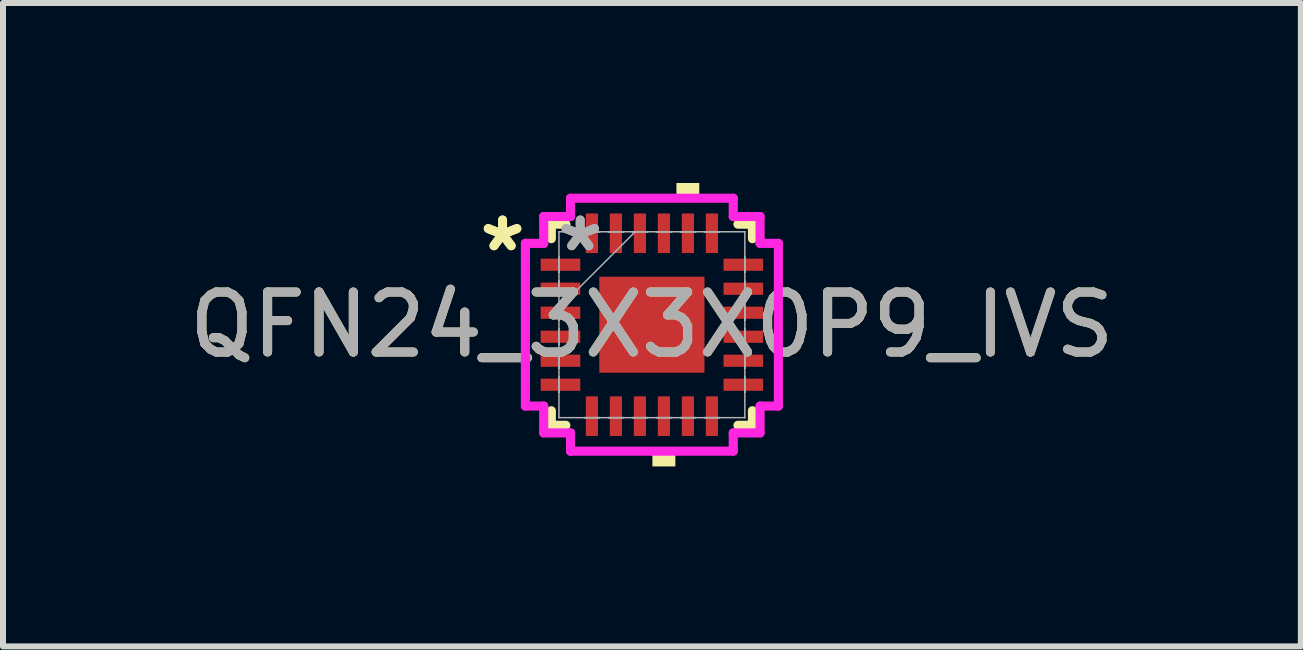
<source format=kicad_pcb>
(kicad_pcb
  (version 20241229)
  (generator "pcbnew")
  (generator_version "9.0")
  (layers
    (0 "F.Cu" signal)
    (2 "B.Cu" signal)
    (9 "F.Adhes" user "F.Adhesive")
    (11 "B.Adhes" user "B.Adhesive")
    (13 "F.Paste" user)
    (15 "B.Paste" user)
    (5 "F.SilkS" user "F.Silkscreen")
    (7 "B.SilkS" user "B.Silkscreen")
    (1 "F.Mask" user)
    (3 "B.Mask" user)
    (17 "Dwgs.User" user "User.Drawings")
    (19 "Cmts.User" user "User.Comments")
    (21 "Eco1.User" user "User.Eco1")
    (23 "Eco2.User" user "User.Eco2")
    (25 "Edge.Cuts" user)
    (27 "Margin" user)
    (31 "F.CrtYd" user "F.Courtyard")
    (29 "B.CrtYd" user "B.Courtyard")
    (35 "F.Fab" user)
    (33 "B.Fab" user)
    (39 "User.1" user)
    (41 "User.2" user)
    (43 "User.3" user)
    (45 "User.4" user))
  (footprint "QFN24_3X3X0P9_IVS"
    (layer "F.Cu")
    (at 7.815 2.362)
    (property "Reference" "QFN24_3X3X0P9_IVS" (at 0 0 0) (unlocked yes) (layer "F.SilkS") (effects (font (size 1 1) (thickness 0.15))))
    (attr smd)
    (fp_line (start -1.676 -1.676) (end -1.676 -1.434) (stroke (width 0.152) (type solid)) (layer "F.SilkS"))
    (fp_line (start -1.676 1.434) (end -1.676 1.676) (stroke (width 0.152) (type solid)) (layer "F.SilkS"))
    (fp_line (start -1.676 1.676) (end -1.434 1.676) (stroke (width 0.152) (type solid)) (layer "F.SilkS"))
    (fp_line (start -1.434 -1.676) (end -1.676 -1.676) (stroke (width 0.152) (type solid)) (layer "F.SilkS"))
    (fp_line (start 1.434 1.676) (end 1.676 1.676) (stroke (width 0.152) (type solid)) (layer "F.SilkS"))
    (fp_line (start 1.676 -1.676) (end 1.434 -1.676) (stroke (width 0.152) (type solid)) (layer "F.SilkS"))
    (fp_line (start 1.676 -1.434) (end 1.676 -1.676) (stroke (width 0.152) (type solid)) (layer "F.SilkS"))
    (fp_line (start 1.676 1.676) (end 1.676 1.434) (stroke (width 0.152) (type solid)) (layer "F.SilkS"))
    (fp_poly (pts (xy 0.009 2.108) (xy 0.009 2.362) (xy 0.391 2.362) (xy 0.391 2.108)) (stroke (width 0) (type solid)) (fill yes) (layer "F.SilkS"))
    (fp_poly (pts (xy 0.409 -2.108) (xy 0.409 -2.362) (xy 0.79 -2.362) (xy 0.79 -2.108)) (stroke (width 0) (type solid)) (fill yes) (layer "F.SilkS"))
    (fp_line (start -2.108 -1.356) (end -1.803 -1.356) (stroke (width 0.152) (type solid)) (layer "F.CrtYd"))
    (fp_line (start -2.108 1.356) (end -2.108 -1.356) (stroke (width 0.152) (type solid)) (layer "F.CrtYd"))
    (fp_line (start -1.803 -1.803) (end -1.356 -1.803) (stroke (width 0.152) (type solid)) (layer "F.CrtYd"))
    (fp_line (start -1.803 -1.356) (end -1.803 -1.803) (stroke (width 0.152) (type solid)) (layer "F.CrtYd"))
    (fp_line (start -1.803 1.356) (end -2.108 1.356) (stroke (width 0.152) (type solid)) (layer "F.CrtYd"))
    (fp_line (start -1.803 1.803) (end -1.803 1.356) (stroke (width 0.152) (type solid)) (layer "F.CrtYd"))
    (fp_line (start -1.356 -2.108) (end 1.356 -2.108) (stroke (width 0.152) (type solid)) (layer "F.CrtYd"))
    (fp_line (start -1.356 -1.803) (end -1.356 -2.108) (stroke (width 0.152) (type solid)) (layer "F.CrtYd"))
    (fp_line (start -1.356 1.803) (end -1.803 1.803) (stroke (width 0.152) (type solid)) (layer "F.CrtYd"))
    (fp_line (start -1.356 2.108) (end -1.356 1.803) (stroke (width 0.152) (type solid)) (layer "F.CrtYd"))
    (fp_line (start 1.356 -2.108) (end 1.356 -1.803) (stroke (width 0.152) (type solid)) (layer "F.CrtYd"))
    (fp_line (start 1.356 -1.803) (end 1.803 -1.803) (stroke (width 0.152) (type solid)) (layer "F.CrtYd"))
    (fp_line (start 1.356 1.803) (end 1.356 2.108) (stroke (width 0.152) (type solid)) (layer "F.CrtYd"))
    (fp_line (start 1.356 2.108) (end -1.356 2.108) (stroke (width 0.152) (type solid)) (layer "F.CrtYd"))
    (fp_line (start 1.803 -1.803) (end 1.803 -1.356) (stroke (width 0.152) (type solid)) (layer "F.CrtYd"))
    (fp_line (start 1.803 -1.356) (end 2.108 -1.356) (stroke (width 0.152) (type solid)) (layer "F.CrtYd"))
    (fp_line (start 1.803 1.356) (end 1.803 1.803) (stroke (width 0.152) (type solid)) (layer "F.CrtYd"))
    (fp_line (start 1.803 1.803) (end 1.356 1.803) (stroke (width 0.152) (type solid)) (layer "F.CrtYd"))
    (fp_line (start 2.108 -1.356) (end 2.108 1.356) (stroke (width 0.152) (type solid)) (layer "F.CrtYd"))
    (fp_line (start 2.108 1.356) (end 1.803 1.356) (stroke (width 0.152) (type solid)) (layer "F.CrtYd"))
    (fp_line (start -1.549 -1.549) (end -1.549 -1.549) (stroke (width 0.025) (type solid)) (layer "F.Fab"))
    (fp_line (start -1.549 -1.549) (end -1.549 1.549) (stroke (width 0.025) (type solid)) (layer "F.Fab"))
    (fp_line (start -1.549 -1.127) (end -1.549 -1.127) (stroke (width 0.025) (type solid)) (layer "F.Fab"))
    (fp_line (start -1.549 -1.127) (end -1.549 -0.873) (stroke (width 0.025) (type solid)) (layer "F.Fab"))
    (fp_line (start -1.549 -0.873) (end -1.549 -1.127) (stroke (width 0.025) (type solid)) (layer "F.Fab"))
    (fp_line (start -1.549 -0.873) (end -1.549 -0.873) (stroke (width 0.025) (type solid)) (layer "F.Fab"))
    (fp_line (start -1.549 -0.727) (end -1.549 -0.727) (stroke (width 0.025) (type solid)) (layer "F.Fab"))
    (fp_line (start -1.549 -0.727) (end -1.549 -0.473) (stroke (width 0.025) (type solid)) (layer "F.Fab"))
    (fp_line (start -1.549 -0.473) (end -1.549 -0.727) (stroke (width 0.025) (type solid)) (layer "F.Fab"))
    (fp_line (start -1.549 -0.473) (end -1.549 -0.473) (stroke (width 0.025) (type solid)) (layer "F.Fab"))
    (fp_line (start -1.549 -0.327) (end -1.549 -0.327) (stroke (width 0.025) (type solid)) (layer "F.Fab"))
    (fp_line (start -1.549 -0.327) (end -1.549 -0.073) (stroke (width 0.025) (type solid)) (layer "F.Fab"))
    (fp_line (start -1.549 -0.279) (end -0.279 -1.549) (stroke (width 0.025) (type solid)) (layer "F.Fab"))
    (fp_line (start -1.549 -0.073) (end -1.549 -0.327) (stroke (width 0.025) (type solid)) (layer "F.Fab"))
    (fp_line (start -1.549 -0.073) (end -1.549 -0.073) (stroke (width 0.025) (type solid)) (layer "F.Fab"))
    (fp_line (start -1.549 0.073) (end -1.549 0.073) (stroke (width 0.025) (type solid)) (layer "F.Fab"))
    (fp_line (start -1.549 0.073) (end -1.549 0.327) (stroke (width 0.025) (type solid)) (layer "F.Fab"))
    (fp_line (start -1.549 0.327) (end -1.549 0.073) (stroke (width 0.025) (type solid)) (layer "F.Fab"))
    (fp_line (start -1.549 0.327) (end -1.549 0.327) (stroke (width 0.025) (type solid)) (layer "F.Fab"))
    (fp_line (start -1.549 0.473) (end -1.549 0.473) (stroke (width 0.025) (type solid)) (layer "F.Fab"))
    (fp_line (start -1.549 0.473) (end -1.549 0.727) (stroke (width 0.025) (type solid)) (layer "F.Fab"))
    (fp_line (start -1.549 0.727) (end -1.549 0.473) (stroke (width 0.025) (type solid)) (layer "F.Fab"))
    (fp_line (start -1.549 0.727) (end -1.549 0.727) (stroke (width 0.025) (type solid)) (layer "F.Fab"))
    (fp_line (start -1.549 0.873) (end -1.549 0.873) (stroke (width 0.025) (type solid)) (layer "F.Fab"))
    (fp_line (start -1.549 0.873) (end -1.549 1.127) (stroke (width 0.025) (type solid)) (layer "F.Fab"))
    (fp_line (start -1.549 1.127) (end -1.549 0.873) (stroke (width 0.025) (type solid)) (layer "F.Fab"))
    (fp_line (start -1.549 1.127) (end -1.549 1.127) (stroke (width 0.025) (type solid)) (layer "F.Fab"))
    (fp_line (start -1.549 1.549) (end -1.549 1.549) (stroke (width 0.025) (type solid)) (layer "F.Fab"))
    (fp_line (start -1.549 1.549) (end 1.549 1.549) (stroke (width 0.025) (type solid)) (layer "F.Fab"))
    (fp_line (start -1.127 -1.549) (end -1.127 -1.549) (stroke (width 0.025) (type solid)) (layer "F.Fab"))
    (fp_line (start -1.127 -1.549) (end -0.873 -1.549) (stroke (width 0.025) (type solid)) (layer "F.Fab"))
    (fp_line (start -1.127 1.549) (end -1.127 1.549) (stroke (width 0.025) (type solid)) (layer "F.Fab"))
    (fp_line (start -1.127 1.549) (end -0.873 1.549) (stroke (width 0.025) (type solid)) (layer "F.Fab"))
    (fp_line (start -0.873 -1.549) (end -1.127 -1.549) (stroke (width 0.025) (type solid)) (layer "F.Fab"))
    (fp_line (start -0.873 -1.549) (end -0.873 -1.549) (stroke (width 0.025) (type solid)) (layer "F.Fab"))
    (fp_line (start -0.873 1.549) (end -1.127 1.549) (stroke (width 0.025) (type solid)) (layer "F.Fab"))
    (fp_line (start -0.873 1.549) (end -0.873 1.549) (stroke (width 0.025) (type solid)) (layer "F.Fab"))
    (fp_line (start -0.727 -1.549) (end -0.727 -1.549) (stroke (width 0.025) (type solid)) (layer "F.Fab"))
    (fp_line (start -0.727 -1.549) (end -0.473 -1.549) (stroke (width 0.025) (type solid)) (layer "F.Fab"))
    (fp_line (start -0.727 1.549) (end -0.727 1.549) (stroke (width 0.025) (type solid)) (layer "F.Fab"))
    (fp_line (start -0.727 1.549) (end -0.473 1.549) (stroke (width 0.025) (type solid)) (layer "F.Fab"))
    (fp_line (start -0.473 -1.549) (end -0.727 -1.549) (stroke (width 0.025) (type solid)) (layer "F.Fab"))
    (fp_line (start -0.473 -1.549) (end -0.473 -1.549) (stroke (width 0.025) (type solid)) (layer "F.Fab"))
    (fp_line (start -0.473 1.549) (end -0.727 1.549) (stroke (width 0.025) (type solid)) (layer "F.Fab"))
    (fp_line (start -0.473 1.549) (end -0.473 1.549) (stroke (width 0.025) (type solid)) (layer "F.Fab"))
    (fp_line (start -0.327 -1.549) (end -0.327 -1.549) (stroke (width 0.025) (type solid)) (layer "F.Fab"))
    (fp_line (start -0.327 -1.549) (end -0.073 -1.549) (stroke (width 0.025) (type solid)) (layer "F.Fab"))
    (fp_line (start -0.327 1.549) (end -0.327 1.549) (stroke (width 0.025) (type solid)) (layer "F.Fab"))
    (fp_line (start -0.327 1.549) (end -0.073 1.549) (stroke (width 0.025) (type solid)) (layer "F.Fab"))
    (fp_line (start -0.073 -1.549) (end -0.327 -1.549) (stroke (width 0.025) (type solid)) (layer "F.Fab"))
    (fp_line (start -0.073 -1.549) (end -0.073 -1.549) (stroke (width 0.025) (type solid)) (layer "F.Fab"))
    (fp_line (start -0.073 1.549) (end -0.327 1.549) (stroke (width 0.025) (type solid)) (layer "F.Fab"))
    (fp_line (start -0.073 1.549) (end -0.073 1.549) (stroke (width 0.025) (type solid)) (layer "F.Fab"))
    (fp_line (start 0.073 -1.549) (end 0.073 -1.549) (stroke (width 0.025) (type solid)) (layer "F.Fab"))
    (fp_line (start 0.073 -1.549) (end 0.327 -1.549) (stroke (width 0.025) (type solid)) (layer "F.Fab"))
    (fp_line (start 0.073 1.549) (end 0.073 1.549) (stroke (width 0.025) (type solid)) (layer "F.Fab"))
    (fp_line (start 0.073 1.549) (end 0.327 1.549) (stroke (width 0.025) (type solid)) (layer "F.Fab"))
    (fp_line (start 0.327 -1.549) (end 0.073 -1.549) (stroke (width 0.025) (type solid)) (layer "F.Fab"))
    (fp_line (start 0.327 -1.549) (end 0.327 -1.549) (stroke (width 0.025) (type solid)) (layer "F.Fab"))
    (fp_line (start 0.327 1.549) (end 0.073 1.549) (stroke (width 0.025) (type solid)) (layer "F.Fab"))
    (fp_line (start 0.327 1.549) (end 0.327 1.549) (stroke (width 0.025) (type solid)) (layer "F.Fab"))
    (fp_line (start 0.473 -1.549) (end 0.473 -1.549) (stroke (width 0.025) (type solid)) (layer "F.Fab"))
    (fp_line (start 0.473 -1.549) (end 0.727 -1.549) (stroke (width 0.025) (type solid)) (layer "F.Fab"))
    (fp_line (start 0.473 1.549) (end 0.473 1.549) (stroke (width 0.025) (type solid)) (layer "F.Fab"))
    (fp_line (start 0.473 1.549) (end 0.727 1.549) (stroke (width 0.025) (type solid)) (layer "F.Fab"))
    (fp_line (start 0.727 -1.549) (end 0.473 -1.549) (stroke (width 0.025) (type solid)) (layer "F.Fab"))
    (fp_line (start 0.727 -1.549) (end 0.727 -1.549) (stroke (width 0.025) (type solid)) (layer "F.Fab"))
    (fp_line (start 0.727 1.549) (end 0.473 1.549) (stroke (width 0.025) (type solid)) (layer "F.Fab"))
    (fp_line (start 0.727 1.549) (end 0.727 1.549) (stroke (width 0.025) (type solid)) (layer "F.Fab"))
    (fp_line (start 0.873 -1.549) (end 0.873 -1.549) (stroke (width 0.025) (type solid)) (layer "F.Fab"))
    (fp_line (start 0.873 -1.549) (end 1.127 -1.549) (stroke (width 0.025) (type solid)) (layer "F.Fab"))
    (fp_line (start 0.873 1.549) (end 0.873 1.549) (stroke (width 0.025) (type solid)) (layer "F.Fab"))
    (fp_line (start 0.873 1.549) (end 1.127 1.549) (stroke (width 0.025) (type solid)) (layer "F.Fab"))
    (fp_line (start 1.127 -1.549) (end 0.873 -1.549) (stroke (width 0.025) (type solid)) (layer "F.Fab"))
    (fp_line (start 1.127 -1.549) (end 1.127 -1.549) (stroke (width 0.025) (type solid)) (layer "F.Fab"))
    (fp_line (start 1.127 1.549) (end 0.873 1.549) (stroke (width 0.025) (type solid)) (layer "F.Fab"))
    (fp_line (start 1.127 1.549) (end 1.127 1.549) (stroke (width 0.025) (type solid)) (layer "F.Fab"))
    (fp_line (start 1.549 -1.549) (end -1.549 -1.549) (stroke (width 0.025) (type solid)) (layer "F.Fab"))
    (fp_line (start 1.549 -1.549) (end 1.549 -1.549) (stroke (width 0.025) (type solid)) (layer "F.Fab"))
    (fp_line (start 1.549 -1.127) (end 1.549 -1.127) (stroke (width 0.025) (type solid)) (layer "F.Fab"))
    (fp_line (start 1.549 -1.127) (end 1.549 -0.873) (stroke (width 0.025) (type solid)) (layer "F.Fab"))
    (fp_line (start 1.549 -0.873) (end 1.549 -1.127) (stroke (width 0.025) (type solid)) (layer "F.Fab"))
    (fp_line (start 1.549 -0.873) (end 1.549 -0.873) (stroke (width 0.025) (type solid)) (layer "F.Fab"))
    (fp_line (start 1.549 -0.727) (end 1.549 -0.727) (stroke (width 0.025) (type solid)) (layer "F.Fab"))
    (fp_line (start 1.549 -0.727) (end 1.549 -0.473) (stroke (width 0.025) (type solid)) (layer "F.Fab"))
    (fp_line (start 1.549 -0.473) (end 1.549 -0.727) (stroke (width 0.025) (type solid)) (layer "F.Fab"))
    (fp_line (start 1.549 -0.473) (end 1.549 -0.473) (stroke (width 0.025) (type solid)) (layer "F.Fab"))
    (fp_line (start 1.549 -0.327) (end 1.549 -0.327) (stroke (width 0.025) (type solid)) (layer "F.Fab"))
    (fp_line (start 1.549 -0.327) (end 1.549 -0.073) (stroke (width 0.025) (type solid)) (layer "F.Fab"))
    (fp_line (start 1.549 -0.073) (end 1.549 -0.327) (stroke (width 0.025) (type solid)) (layer "F.Fab"))
    (fp_line (start 1.549 -0.073) (end 1.549 -0.073) (stroke (width 0.025) (type solid)) (layer "F.Fab"))
    (fp_line (start 1.549 0.073) (end 1.549 0.073) (stroke (width 0.025) (type solid)) (layer "F.Fab"))
    (fp_line (start 1.549 0.073) (end 1.549 0.327) (stroke (width 0.025) (type solid)) (layer "F.Fab"))
    (fp_line (start 1.549 0.327) (end 1.549 0.073) (stroke (width 0.025) (type solid)) (layer "F.Fab"))
    (fp_line (start 1.549 0.327) (end 1.549 0.327) (stroke (width 0.025) (type solid)) (layer "F.Fab"))
    (fp_line (start 1.549 0.473) (end 1.549 0.473) (stroke (width 0.025) (type solid)) (layer "F.Fab"))
    (fp_line (start 1.549 0.473) (end 1.549 0.727) (stroke (width 0.025) (type solid)) (layer "F.Fab"))
    (fp_line (start 1.549 0.727) (end 1.549 0.473) (stroke (width 0.025) (type solid)) (layer "F.Fab"))
    (fp_line (start 1.549 0.727) (end 1.549 0.727) (stroke (width 0.025) (type solid)) (layer "F.Fab"))
    (fp_line (start 1.549 0.873) (end 1.549 0.873) (stroke (width 0.025) (type solid)) (layer "F.Fab"))
    (fp_line (start 1.549 0.873) (end 1.549 1.127) (stroke (width 0.025) (type solid)) (layer "F.Fab"))
    (fp_line (start 1.549 1.127) (end 1.549 0.873) (stroke (width 0.025) (type solid)) (layer "F.Fab"))
    (fp_line (start 1.549 1.127) (end 1.549 1.127) (stroke (width 0.025) (type solid)) (layer "F.Fab"))
    (fp_line (start 1.549 1.549) (end 1.549 -1.549) (stroke (width 0.025) (type solid)) (layer "F.Fab"))
    (fp_line (start 1.549 1.549) (end 1.549 1.549) (stroke (width 0.025) (type solid)) (layer "F.Fab"))
    (fp_text user "*" (at -2.489 -1.2 0) (unlocked yes) (layer "F.SilkS") (effects (font (size 1 1) (thickness 0.15))))
    (fp_text user "*" (at -2.489 -1.2 0) (layer "F.SilkS") (effects (font (size 1 1) (thickness 0.15))))
    (fp_text user "${REFERENCE}" (at 0 0 0) (unlocked yes) (layer "F.Fab") (effects (font (size 1 1) (thickness 0.15))))
    (fp_text user "*" (at -1.194 -1.2 0) (layer "F.Fab") (effects (font (size 1 1) (thickness 0.15))))
    (fp_text user "*" (at -1.194 -1.2 0) (unlocked yes) (layer "F.Fab") (effects (font (size 1 1) (thickness 0.15))))
    (pad "1" smd rect (at -1.524 -1 90) (size 0.203 0.66) (layers "F.Cu" "F.Mask" "F.Paste"))
    (pad "2" smd rect (at -1.524 -0.6 90) (size 0.203 0.66) (layers "F.Cu" "F.Mask" "F.Paste"))
    (pad "3" smd rect (at -1.524 -0.2 90) (size 0.203 0.66) (layers "F.Cu" "F.Mask" "F.Paste"))
    (pad "4" smd rect (at -1.524 0.2 90) (size 0.203 0.66) (layers "F.Cu" "F.Mask" "F.Paste"))
    (pad "5" smd rect (at -1.524 0.6 90) (size 0.203 0.66) (layers "F.Cu" "F.Mask" "F.Paste"))
    (pad "6" smd rect (at -1.524 1 90) (size 0.203 0.66) (layers "F.Cu" "F.Mask" "F.Paste"))
    (pad "7" smd rect (at -1 1.524) (size 0.203 0.66) (layers "F.Cu" "F.Mask" "F.Paste"))
    (pad "8" smd rect (at -0.6 1.524) (size 0.203 0.66) (layers "F.Cu" "F.Mask" "F.Paste"))
    (pad "9" smd rect (at -0.2 1.524) (size 0.203 0.66) (layers "F.Cu" "F.Mask" "F.Paste"))
    (pad "10" smd rect (at 0.2 1.524) (size 0.203 0.66) (layers "F.Cu" "F.Mask" "F.Paste"))
    (pad "11" smd rect (at 0.6 1.524) (size 0.203 0.66) (layers "F.Cu" "F.Mask" "F.Paste"))
    (pad "12" smd rect (at 1 1.524) (size 0.203 0.66) (layers "F.Cu" "F.Mask" "F.Paste"))
    (pad "13" smd rect (at 1.524 1 90) (size 0.203 0.66) (layers "F.Cu" "F.Mask" "F.Paste"))
    (pad "14" smd rect (at 1.524 0.6 90) (size 0.203 0.66) (layers "F.Cu" "F.Mask" "F.Paste"))
    (pad "15" smd rect (at 1.524 0.2 90) (size 0.203 0.66) (layers "F.Cu" "F.Mask" "F.Paste"))
    (pad "16" smd rect (at 1.524 -0.2 90) (size 0.203 0.66) (layers "F.Cu" "F.Mask" "F.Paste"))
    (pad "17" smd rect (at 1.524 -0.6 90) (size 0.203 0.66) (layers "F.Cu" "F.Mask" "F.Paste"))
    (pad "18" smd rect (at 1.524 -1 90) (size 0.203 0.66) (layers "F.Cu" "F.Mask" "F.Paste"))
    (pad "19" smd rect (at 1 -1.524) (size 0.203 0.66) (layers "F.Cu" "F.Mask" "F.Paste"))
    (pad "20" smd rect (at 0.6 -1.524) (size 0.203 0.66) (layers "F.Cu" "F.Mask" "F.Paste"))
    (pad "21" smd rect (at 0.2 -1.524) (size 0.203 0.66) (layers "F.Cu" "F.Mask" "F.Paste"))
    (pad "22" smd rect (at -0.2 -1.524) (size 0.203 0.66) (layers "F.Cu" "F.Mask" "F.Paste"))
    (pad "23" smd rect (at -0.6 -1.524) (size 0.203 0.66) (layers "F.Cu" "F.Mask" "F.Paste"))
    (pad "24" smd rect (at -1 -1.524) (size 0.203 0.66) (layers "F.Cu" "F.Mask" "F.Paste"))
    (pad "25" smd rect (at 0 0) (size 1.753 1.6) (layers "F.Cu" "F.Mask" "F.Paste")))
  (gr_rect
    (start -3 -3)
    (end 18.631 7.724)
    (stroke (width 0.1) (type default))
    (fill no)
    (layer "Edge.Cuts")))
</source>
